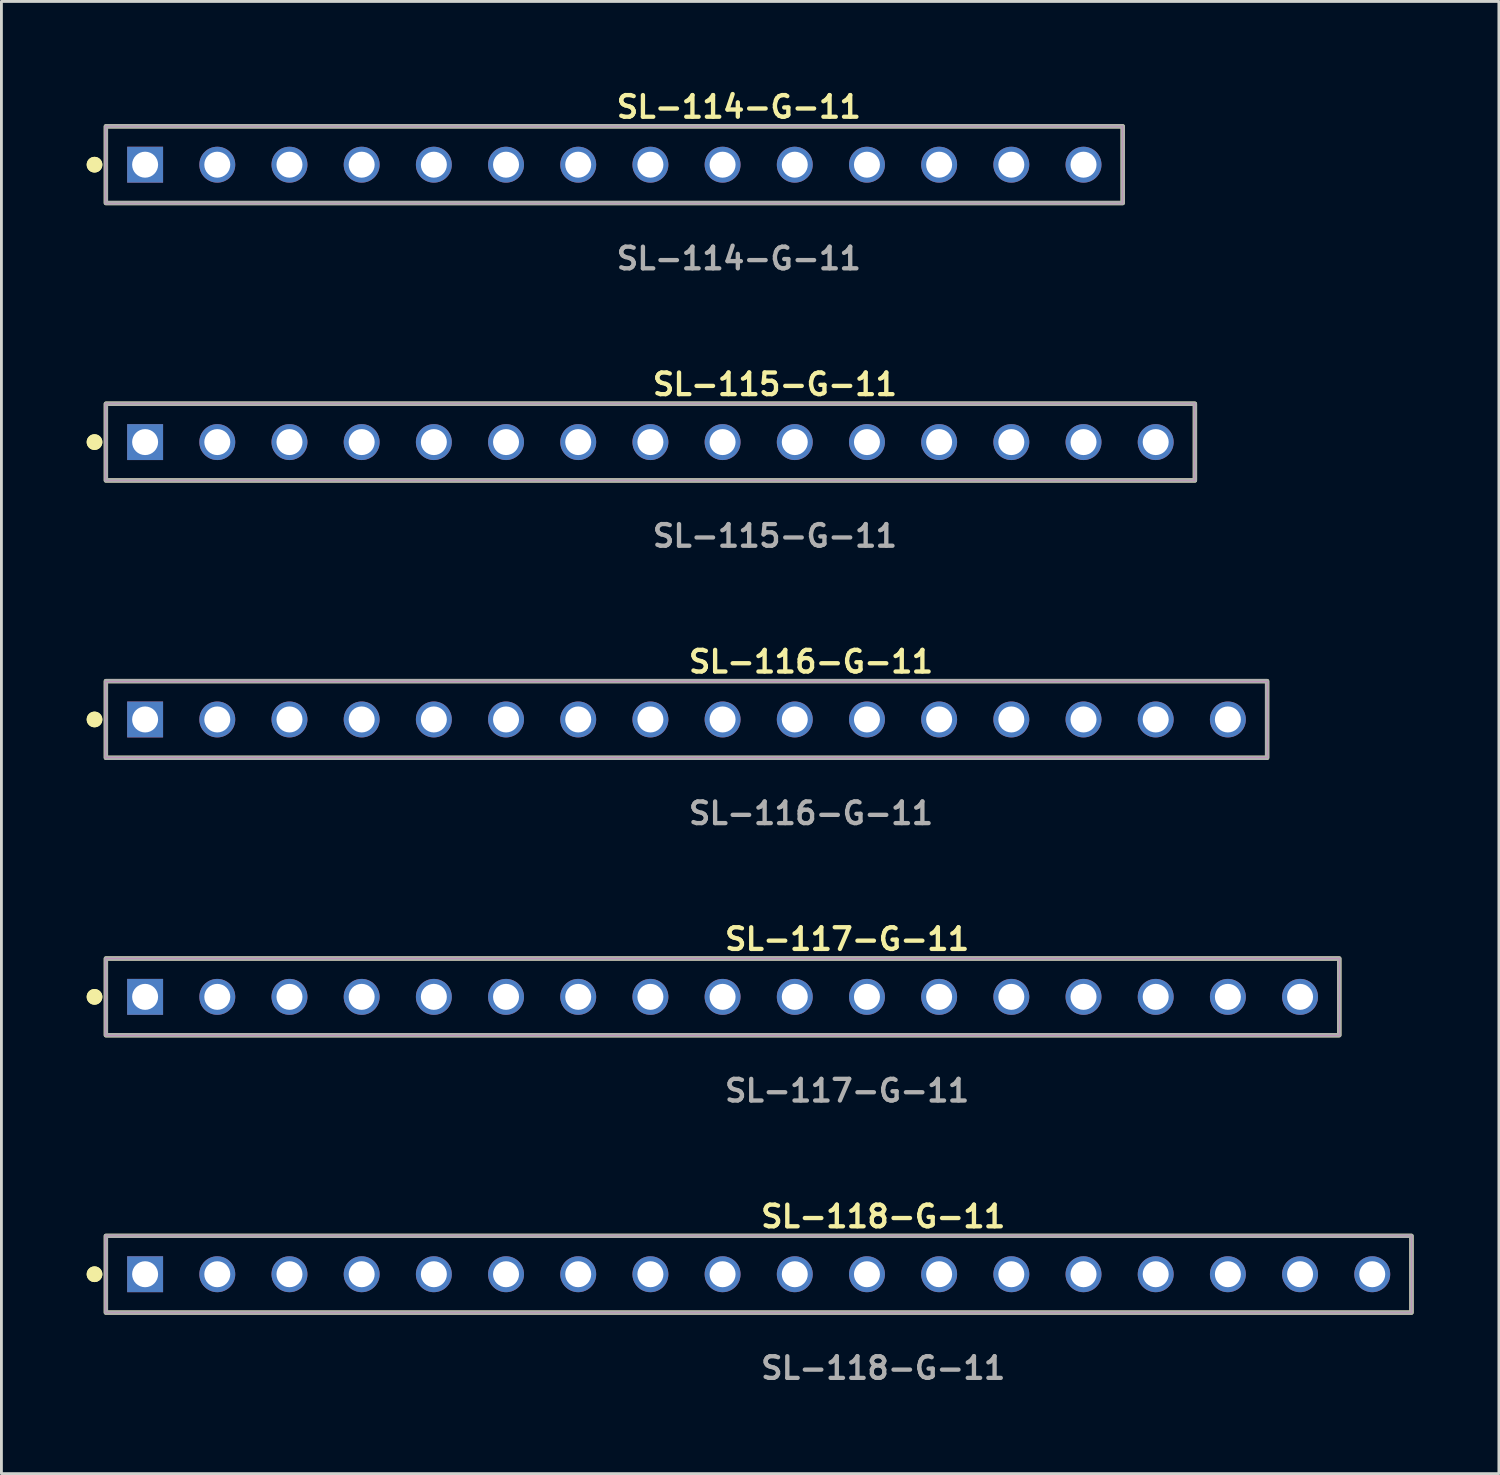
<source format=kicad_pcb>
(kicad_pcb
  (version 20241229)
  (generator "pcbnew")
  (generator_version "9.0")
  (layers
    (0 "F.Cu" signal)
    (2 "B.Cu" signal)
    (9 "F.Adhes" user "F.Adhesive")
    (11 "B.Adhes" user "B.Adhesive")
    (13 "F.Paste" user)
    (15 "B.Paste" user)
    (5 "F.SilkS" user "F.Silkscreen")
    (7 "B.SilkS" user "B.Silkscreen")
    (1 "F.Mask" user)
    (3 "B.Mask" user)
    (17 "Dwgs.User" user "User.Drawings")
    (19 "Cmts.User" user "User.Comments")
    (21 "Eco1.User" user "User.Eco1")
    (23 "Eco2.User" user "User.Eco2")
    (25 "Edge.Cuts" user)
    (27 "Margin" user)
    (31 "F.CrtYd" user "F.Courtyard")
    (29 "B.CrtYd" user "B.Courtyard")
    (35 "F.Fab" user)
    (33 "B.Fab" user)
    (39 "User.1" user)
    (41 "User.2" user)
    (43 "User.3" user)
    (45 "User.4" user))
  (footprint "SL-115-G-11"
    (layer "F.Cu")
    (at 19.836 12.506)
    (property "Reference" "SL-115-G-11" (at 0 -2.032 0) (unlocked yes) (layer "F.SilkS") (effects (font (size 0.762 0.762) (thickness 0.152)) (justify left)))
    (fp_rect (start -19.16 1.35) (end 19.16 -1.35) (stroke (width 0.152) (type solid)) (fill no) (layer "F.SilkS"))
    (fp_circle (center -19.56 0) (end -19.76 0) (stroke (width 0.152) (type solid)) (fill yes) (layer "F.SilkS"))
    (fp_circle (center -19.56 0) (end -19.76 0) (stroke (width 0.152) (type solid)) (fill yes) (layer "F.SilkS"))
    (fp_rect (start -19.16 1.35) (end 19.16 -1.35) (stroke (width 0.006) (type solid)) (fill no) (layer "F.CrtYd"))
    (fp_rect (start -19.16 1.35) (end 19.16 -1.35) (stroke (width 0.152) (type solid)) (fill no) (layer "F.Fab"))
    (fp_text user "${REFERENCE}" (at 0 3.302 0) (unlocked yes) (layer "F.Fab") (effects (font (size 0.762 0.762) (thickness 0.152)) (justify left)))
    (pad "1" thru_hole rect (at -17.78 0) (size 1.264 1.264) (drill 0.914) (layers "*.Cu" "*.Mask"))
    (pad "2" thru_hole circle (at -15.24 0) (size 1.264 1.264) (drill 0.914) (layers "*.Cu" "*.Mask"))
    (pad "3" thru_hole circle (at -12.7 0) (size 1.264 1.264) (drill 0.914) (layers "*.Cu" "*.Mask"))
    (pad "4" thru_hole circle (at -10.16 0) (size 1.264 1.264) (drill 0.914) (layers "*.Cu" "*.Mask"))
    (pad "5" thru_hole circle (at -7.62 0) (size 1.264 1.264) (drill 0.914) (layers "*.Cu" "*.Mask"))
    (pad "6" thru_hole circle (at -5.08 0) (size 1.264 1.264) (drill 0.914) (layers "*.Cu" "*.Mask"))
    (pad "7" thru_hole circle (at -2.54 0) (size 1.264 1.264) (drill 0.914) (layers "*.Cu" "*.Mask"))
    (pad "8" thru_hole circle (at 0 0) (size 1.264 1.264) (drill 0.914) (layers "*.Cu" "*.Mask"))
    (pad "9" thru_hole circle (at 2.54 0) (size 1.264 1.264) (drill 0.914) (layers "*.Cu" "*.Mask"))
    (pad "10" thru_hole circle (at 5.08 0) (size 1.264 1.264) (drill 0.914) (layers "*.Cu" "*.Mask"))
    (pad "11" thru_hole circle (at 7.62 0) (size 1.264 1.264) (drill 0.914) (layers "*.Cu" "*.Mask"))
    (pad "12" thru_hole circle (at 10.16 0) (size 1.264 1.264) (drill 0.914) (layers "*.Cu" "*.Mask"))
    (pad "13" thru_hole circle (at 12.7 0) (size 1.264 1.264) (drill 0.914) (layers "*.Cu" "*.Mask"))
    (pad "14" thru_hole circle (at 15.24 0) (size 1.264 1.264) (drill 0.914) (layers "*.Cu" "*.Mask"))
    (pad "15" thru_hole circle (at 17.78 0) (size 1.264 1.264) (drill 0.914) (layers "*.Cu" "*.Mask")))
  (footprint "SL-118-G-11"
    (layer "F.Cu")
    (at 23.646 41.787)
    (property "Reference" "SL-118-G-11" (at 0 -2.032 0) (unlocked yes) (layer "F.SilkS") (effects (font (size 0.762 0.762) (thickness 0.152)) (justify left)))
    (fp_rect (start -22.97 1.35) (end 22.97 -1.35) (stroke (width 0.152) (type solid)) (fill no) (layer "F.SilkS"))
    (fp_circle (center -23.37 0) (end -23.57 0) (stroke (width 0.152) (type solid)) (fill yes) (layer "F.SilkS"))
    (fp_circle (center -23.37 0) (end -23.57 0) (stroke (width 0.152) (type solid)) (fill yes) (layer "F.SilkS"))
    (fp_rect (start -22.97 1.35) (end 22.97 -1.35) (stroke (width 0.006) (type solid)) (fill no) (layer "F.CrtYd"))
    (fp_rect (start -22.97 1.35) (end 22.97 -1.35) (stroke (width 0.152) (type solid)) (fill no) (layer "F.Fab"))
    (fp_text user "${REFERENCE}" (at 0 3.302 0) (unlocked yes) (layer "F.Fab") (effects (font (size 0.762 0.762) (thickness 0.152)) (justify left)))
    (pad "1" thru_hole rect (at -21.59 0) (size 1.264 1.264) (drill 0.914) (layers "*.Cu" "*.Mask"))
    (pad "2" thru_hole circle (at -19.05 0) (size 1.264 1.264) (drill 0.914) (layers "*.Cu" "*.Mask"))
    (pad "3" thru_hole circle (at -16.51 0) (size 1.264 1.264) (drill 0.914) (layers "*.Cu" "*.Mask"))
    (pad "4" thru_hole circle (at -13.97 0) (size 1.264 1.264) (drill 0.914) (layers "*.Cu" "*.Mask"))
    (pad "5" thru_hole circle (at -11.43 0) (size 1.264 1.264) (drill 0.914) (layers "*.Cu" "*.Mask"))
    (pad "6" thru_hole circle (at -8.89 0) (size 1.264 1.264) (drill 0.914) (layers "*.Cu" "*.Mask"))
    (pad "7" thru_hole circle (at -6.35 0) (size 1.264 1.264) (drill 0.914) (layers "*.Cu" "*.Mask"))
    (pad "8" thru_hole circle (at -3.81 0) (size 1.264 1.264) (drill 0.914) (layers "*.Cu" "*.Mask"))
    (pad "9" thru_hole circle (at -1.27 0) (size 1.264 1.264) (drill 0.914) (layers "*.Cu" "*.Mask"))
    (pad "10" thru_hole circle (at 1.27 0) (size 1.264 1.264) (drill 0.914) (layers "*.Cu" "*.Mask"))
    (pad "11" thru_hole circle (at 3.81 0) (size 1.264 1.264) (drill 0.914) (layers "*.Cu" "*.Mask"))
    (pad "12" thru_hole circle (at 6.35 0) (size 1.264 1.264) (drill 0.914) (layers "*.Cu" "*.Mask"))
    (pad "13" thru_hole circle (at 8.89 0) (size 1.264 1.264) (drill 0.914) (layers "*.Cu" "*.Mask"))
    (pad "14" thru_hole circle (at 11.43 0) (size 1.264 1.264) (drill 0.914) (layers "*.Cu" "*.Mask"))
    (pad "15" thru_hole circle (at 13.97 0) (size 1.264 1.264) (drill 0.914) (layers "*.Cu" "*.Mask"))
    (pad "16" thru_hole circle (at 16.51 0) (size 1.264 1.264) (drill 0.914) (layers "*.Cu" "*.Mask"))
    (pad "17" thru_hole circle (at 19.05 0) (size 1.264 1.264) (drill 0.914) (layers "*.Cu" "*.Mask"))
    (pad "18" thru_hole circle (at 21.59 0) (size 1.264 1.264) (drill 0.914) (layers "*.Cu" "*.Mask")))
  (footprint "SL-117-G-11"
    (layer "F.Cu")
    (at 22.376 32.027)
    (property "Reference" "SL-117-G-11" (at 0 -2.032 0) (unlocked yes) (layer "F.SilkS") (effects (font (size 0.762 0.762) (thickness 0.152)) (justify left)))
    (fp_rect (start -21.7 1.35) (end 21.7 -1.35) (stroke (width 0.152) (type solid)) (fill no) (layer "F.SilkS"))
    (fp_circle (center -22.1 0) (end -22.3 0) (stroke (width 0.152) (type solid)) (fill yes) (layer "F.SilkS"))
    (fp_circle (center -22.1 0) (end -22.3 0) (stroke (width 0.152) (type solid)) (fill yes) (layer "F.SilkS"))
    (fp_rect (start -21.7 1.35) (end 21.7 -1.35) (stroke (width 0.006) (type solid)) (fill no) (layer "F.CrtYd"))
    (fp_rect (start -21.7 1.35) (end 21.7 -1.35) (stroke (width 0.152) (type solid)) (fill no) (layer "F.Fab"))
    (fp_text user "${REFERENCE}" (at 0 3.302 0) (unlocked yes) (layer "F.Fab") (effects (font (size 0.762 0.762) (thickness 0.152)) (justify left)))
    (pad "1" thru_hole rect (at -20.32 0) (size 1.264 1.264) (drill 0.914) (layers "*.Cu" "*.Mask"))
    (pad "2" thru_hole circle (at -17.78 0) (size 1.264 1.264) (drill 0.914) (layers "*.Cu" "*.Mask"))
    (pad "3" thru_hole circle (at -15.24 0) (size 1.264 1.264) (drill 0.914) (layers "*.Cu" "*.Mask"))
    (pad "4" thru_hole circle (at -12.7 0) (size 1.264 1.264) (drill 0.914) (layers "*.Cu" "*.Mask"))
    (pad "5" thru_hole circle (at -10.16 0) (size 1.264 1.264) (drill 0.914) (layers "*.Cu" "*.Mask"))
    (pad "6" thru_hole circle (at -7.62 0) (size 1.264 1.264) (drill 0.914) (layers "*.Cu" "*.Mask"))
    (pad "7" thru_hole circle (at -5.08 0) (size 1.264 1.264) (drill 0.914) (layers "*.Cu" "*.Mask"))
    (pad "8" thru_hole circle (at -2.54 0) (size 1.264 1.264) (drill 0.914) (layers "*.Cu" "*.Mask"))
    (pad "9" thru_hole circle (at 0 0) (size 1.264 1.264) (drill 0.914) (layers "*.Cu" "*.Mask"))
    (pad "10" thru_hole circle (at 2.54 0) (size 1.264 1.264) (drill 0.914) (layers "*.Cu" "*.Mask"))
    (pad "11" thru_hole circle (at 5.08 0) (size 1.264 1.264) (drill 0.914) (layers "*.Cu" "*.Mask"))
    (pad "12" thru_hole circle (at 7.62 0) (size 1.264 1.264) (drill 0.914) (layers "*.Cu" "*.Mask"))
    (pad "13" thru_hole circle (at 10.16 0) (size 1.264 1.264) (drill 0.914) (layers "*.Cu" "*.Mask"))
    (pad "14" thru_hole circle (at 12.7 0) (size 1.264 1.264) (drill 0.914) (layers "*.Cu" "*.Mask"))
    (pad "15" thru_hole circle (at 15.24 0) (size 1.264 1.264) (drill 0.914) (layers "*.Cu" "*.Mask"))
    (pad "16" thru_hole circle (at 17.78 0) (size 1.264 1.264) (drill 0.914) (layers "*.Cu" "*.Mask"))
    (pad "17" thru_hole circle (at 20.32 0) (size 1.264 1.264) (drill 0.914) (layers "*.Cu" "*.Mask")))
  (footprint "SL-114-G-11"
    (layer "F.Cu")
    (at 18.566 2.745)
    (property "Reference" "SL-114-G-11" (at 0 -2.032 0) (unlocked yes) (layer "F.SilkS") (effects (font (size 0.762 0.762) (thickness 0.152)) (justify left)))
    (fp_rect (start -17.89 1.35) (end 17.89 -1.35) (stroke (width 0.152) (type solid)) (fill no) (layer "F.SilkS"))
    (fp_circle (center -18.29 0) (end -18.49 0) (stroke (width 0.152) (type solid)) (fill yes) (layer "F.SilkS"))
    (fp_circle (center -18.29 0) (end -18.49 0) (stroke (width 0.152) (type solid)) (fill yes) (layer "F.SilkS"))
    (fp_rect (start -17.89 1.35) (end 17.89 -1.35) (stroke (width 0.006) (type solid)) (fill no) (layer "F.CrtYd"))
    (fp_rect (start -17.89 1.35) (end 17.89 -1.35) (stroke (width 0.152) (type solid)) (fill no) (layer "F.Fab"))
    (fp_text user "${REFERENCE}" (at 0 3.302 0) (unlocked yes) (layer "F.Fab") (effects (font (size 0.762 0.762) (thickness 0.152)) (justify left)))
    (pad "1" thru_hole rect (at -16.51 0) (size 1.264 1.264) (drill 0.914) (layers "*.Cu" "*.Mask"))
    (pad "2" thru_hole circle (at -13.97 0) (size 1.264 1.264) (drill 0.914) (layers "*.Cu" "*.Mask"))
    (pad "3" thru_hole circle (at -11.43 0) (size 1.264 1.264) (drill 0.914) (layers "*.Cu" "*.Mask"))
    (pad "4" thru_hole circle (at -8.89 0) (size 1.264 1.264) (drill 0.914) (layers "*.Cu" "*.Mask"))
    (pad "5" thru_hole circle (at -6.35 0) (size 1.264 1.264) (drill 0.914) (layers "*.Cu" "*.Mask"))
    (pad "6" thru_hole circle (at -3.81 0) (size 1.264 1.264) (drill 0.914) (layers "*.Cu" "*.Mask"))
    (pad "7" thru_hole circle (at -1.27 0) (size 1.264 1.264) (drill 0.914) (layers "*.Cu" "*.Mask"))
    (pad "8" thru_hole circle (at 1.27 0) (size 1.264 1.264) (drill 0.914) (layers "*.Cu" "*.Mask"))
    (pad "9" thru_hole circle (at 3.81 0) (size 1.264 1.264) (drill 0.914) (layers "*.Cu" "*.Mask"))
    (pad "10" thru_hole circle (at 6.35 0) (size 1.264 1.264) (drill 0.914) (layers "*.Cu" "*.Mask"))
    (pad "11" thru_hole circle (at 8.89 0) (size 1.264 1.264) (drill 0.914) (layers "*.Cu" "*.Mask"))
    (pad "12" thru_hole circle (at 11.43 0) (size 1.264 1.264) (drill 0.914) (layers "*.Cu" "*.Mask"))
    (pad "13" thru_hole circle (at 13.97 0) (size 1.264 1.264) (drill 0.914) (layers "*.Cu" "*.Mask"))
    (pad "14" thru_hole circle (at 16.51 0) (size 1.264 1.264) (drill 0.914) (layers "*.Cu" "*.Mask")))
  (footprint "SL-116-G-11"
    (layer "F.Cu")
    (at 21.106 22.266)
    (property "Reference" "SL-116-G-11" (at 0 -2.032 0) (unlocked yes) (layer "F.SilkS") (effects (font (size 0.762 0.762) (thickness 0.152)) (justify left)))
    (fp_rect (start -20.43 1.35) (end 20.43 -1.35) (stroke (width 0.152) (type solid)) (fill no) (layer "F.SilkS"))
    (fp_circle (center -20.83 0) (end -21.03 0) (stroke (width 0.152) (type solid)) (fill yes) (layer "F.SilkS"))
    (fp_circle (center -20.83 0) (end -21.03 0) (stroke (width 0.152) (type solid)) (fill yes) (layer "F.SilkS"))
    (fp_rect (start -20.43 1.35) (end 20.43 -1.35) (stroke (width 0.006) (type solid)) (fill no) (layer "F.CrtYd"))
    (fp_rect (start -20.43 1.35) (end 20.43 -1.35) (stroke (width 0.152) (type solid)) (fill no) (layer "F.Fab"))
    (fp_text user "${REFERENCE}" (at 0 3.302 0) (unlocked yes) (layer "F.Fab") (effects (font (size 0.762 0.762) (thickness 0.152)) (justify left)))
    (pad "1" thru_hole rect (at -19.05 0) (size 1.264 1.264) (drill 0.914) (layers "*.Cu" "*.Mask"))
    (pad "2" thru_hole circle (at -16.51 0) (size 1.264 1.264) (drill 0.914) (layers "*.Cu" "*.Mask"))
    (pad "3" thru_hole circle (at -13.97 0) (size 1.264 1.264) (drill 0.914) (layers "*.Cu" "*.Mask"))
    (pad "4" thru_hole circle (at -11.43 0) (size 1.264 1.264) (drill 0.914) (layers "*.Cu" "*.Mask"))
    (pad "5" thru_hole circle (at -8.89 0) (size 1.264 1.264) (drill 0.914) (layers "*.Cu" "*.Mask"))
    (pad "6" thru_hole circle (at -6.35 0) (size 1.264 1.264) (drill 0.914) (layers "*.Cu" "*.Mask"))
    (pad "7" thru_hole circle (at -3.81 0) (size 1.264 1.264) (drill 0.914) (layers "*.Cu" "*.Mask"))
    (pad "8" thru_hole circle (at -1.27 0) (size 1.264 1.264) (drill 0.914) (layers "*.Cu" "*.Mask"))
    (pad "9" thru_hole circle (at 1.27 0) (size 1.264 1.264) (drill 0.914) (layers "*.Cu" "*.Mask"))
    (pad "10" thru_hole circle (at 3.81 0) (size 1.264 1.264) (drill 0.914) (layers "*.Cu" "*.Mask"))
    (pad "11" thru_hole circle (at 6.35 0) (size 1.264 1.264) (drill 0.914) (layers "*.Cu" "*.Mask"))
    (pad "12" thru_hole circle (at 8.89 0) (size 1.264 1.264) (drill 0.914) (layers "*.Cu" "*.Mask"))
    (pad "13" thru_hole circle (at 11.43 0) (size 1.264 1.264) (drill 0.914) (layers "*.Cu" "*.Mask"))
    (pad "14" thru_hole circle (at 13.97 0) (size 1.264 1.264) (drill 0.914) (layers "*.Cu" "*.Mask"))
    (pad "15" thru_hole circle (at 16.51 0) (size 1.264 1.264) (drill 0.914) (layers "*.Cu" "*.Mask"))
    (pad "16" thru_hole circle (at 19.05 0) (size 1.264 1.264) (drill 0.914) (layers "*.Cu" "*.Mask")))
  (gr_rect
    (start -3 -3)
    (end 49.692 48.802)
    (stroke (width 0.1) (type default))
    (fill no)
    (layer "Edge.Cuts")))
</source>
